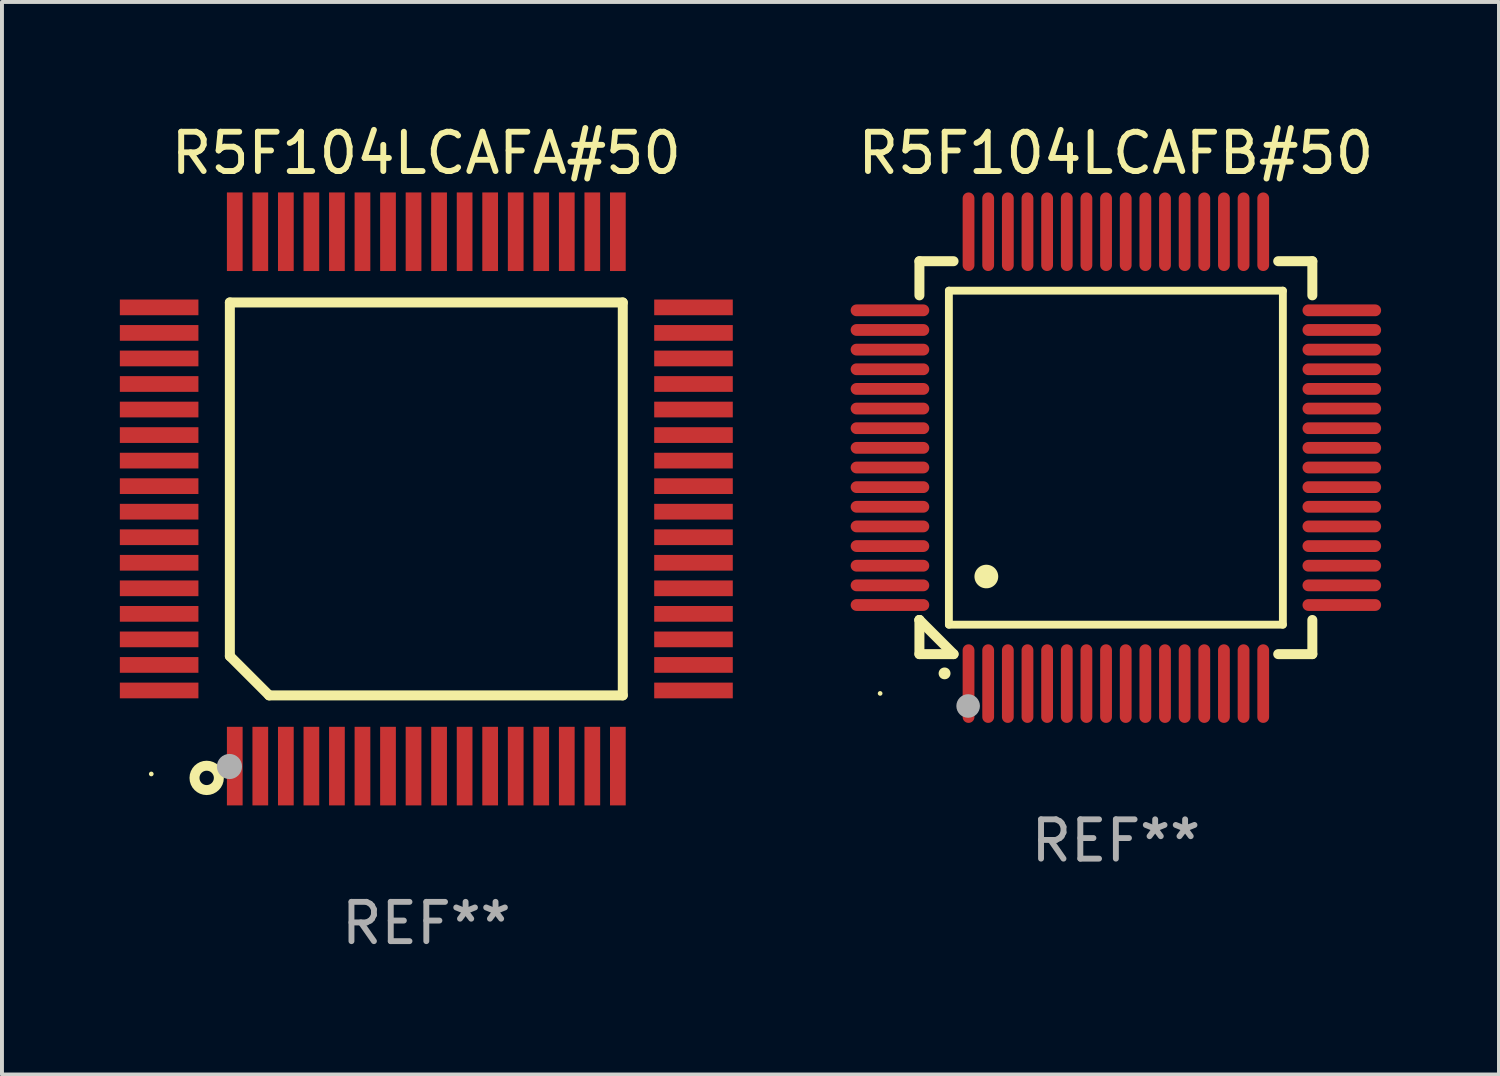
<source format=kicad_pcb>
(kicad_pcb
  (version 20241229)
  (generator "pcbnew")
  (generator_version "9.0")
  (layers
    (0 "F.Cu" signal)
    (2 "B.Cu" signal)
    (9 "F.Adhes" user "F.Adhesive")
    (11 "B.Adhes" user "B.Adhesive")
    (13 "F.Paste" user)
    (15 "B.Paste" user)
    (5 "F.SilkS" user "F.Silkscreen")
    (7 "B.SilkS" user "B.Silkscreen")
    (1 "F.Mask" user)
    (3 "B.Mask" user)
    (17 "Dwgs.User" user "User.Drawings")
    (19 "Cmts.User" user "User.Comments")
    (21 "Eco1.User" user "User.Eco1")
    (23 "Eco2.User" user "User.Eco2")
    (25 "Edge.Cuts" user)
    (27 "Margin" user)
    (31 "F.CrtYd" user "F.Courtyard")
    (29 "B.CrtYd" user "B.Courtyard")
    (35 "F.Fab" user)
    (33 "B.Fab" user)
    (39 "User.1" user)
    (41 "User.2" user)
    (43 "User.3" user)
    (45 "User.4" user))
  (footprint "R5F104LCAFB#50"
    (layer "F.Cu")
    (at 25.35 8.598)
    (property "Reference" "R5F104LCAFB#50" (at 0 -7.75 0) (layer "F.SilkS") (effects (font (size 1 1) (thickness 0.15))))
    (attr through_hole)
    (fp_line (start -5 -5) (end -4.131 -5) (stroke (width 0.254) (type solid)) (layer "F.SilkS"))
    (fp_line (start -5 -4.131) (end -5 -5) (stroke (width 0.254) (type solid)) (layer "F.SilkS"))
    (fp_line (start -5 4.131) (end -5 4.131) (stroke (width 0.254) (type solid)) (layer "F.SilkS"))
    (fp_line (start -5 5) (end -5 4.131) (stroke (width 0.254) (type solid)) (layer "F.SilkS"))
    (fp_line (start -5 4.131) (end -4.131 5) (stroke (width 0.254) (type solid)) (layer "F.SilkS"))
    (fp_line (start -4.25 -4.25) (end -4.25 4.25) (stroke (width 0.2) (type solid)) (layer "F.SilkS"))
    (fp_line (start -4.25 4.25) (end 4.25 4.25) (stroke (width 0.2) (type solid)) (layer "F.SilkS"))
    (fp_line (start -4.131 5) (end -5 5) (stroke (width 0.254) (type solid)) (layer "F.SilkS"))
    (fp_line (start 4.25 -4.25) (end -4.25 -4.25) (stroke (width 0.2) (type solid)) (layer "F.SilkS"))
    (fp_line (start 4.25 4.25) (end 4.25 -4.25) (stroke (width 0.2) (type solid)) (layer "F.SilkS"))
    (fp_line (start 5 -5) (end 4.131 -5) (stroke (width 0.254) (type solid)) (layer "F.SilkS"))
    (fp_line (start 5 -5) (end 5 -4.131) (stroke (width 0.254) (type solid)) (layer "F.SilkS"))
    (fp_line (start 5 4.131) (end 5 5) (stroke (width 0.254) (type solid)) (layer "F.SilkS"))
    (fp_line (start 5 5) (end 4.131 5) (stroke (width 0.254) (type solid)) (layer "F.SilkS"))
    (fp_arc (start -4.361265 5.489992) (mid -4.359995 5.489987) (end -4.358725 5.489992) (stroke (width 0.3) (type solid)) (layer "F.SilkS"))
    (fp_arc (start -3.299467 3.025146) (mid -3.296927 3.025135) (end -3.294387 3.025146) (stroke (width 0.6) (type solid)) (layer "F.SilkS"))
    (fp_circle (center -6 6) (end -5.97 6) (stroke (width 0.06) (type solid)) (fill no) (layer "F.SilkS"))
    (fp_circle (center -3.76 6.32) (end -3.61 6.32) (stroke (width 0.3) (type solid)) (fill no) (layer "F.Fab"))
    (fp_text user "REF**" (at 0 9.75 0) (layer "F.Fab") (effects (font (size 1 1) (thickness 0.15))))
    (pad "1" smd oval (at -3.75 5.75) (size 0.3 2) (layers "F.Cu" "F.Mask" "F.Paste"))
    (pad "2" smd oval (at -3.25 5.75) (size 0.3 2) (layers "F.Cu" "F.Mask" "F.Paste"))
    (pad "3" smd oval (at -2.75 5.75) (size 0.3 2) (layers "F.Cu" "F.Mask" "F.Paste"))
    (pad "4" smd oval (at -2.25 5.75) (size 0.3 2) (layers "F.Cu" "F.Mask" "F.Paste"))
    (pad "5" smd oval (at -1.75 5.75) (size 0.3 2) (layers "F.Cu" "F.Mask" "F.Paste"))
    (pad "6" smd oval (at -1.25 5.75) (size 0.3 2) (layers "F.Cu" "F.Mask" "F.Paste"))
    (pad "7" smd oval (at -0.75 5.75) (size 0.3 2) (layers "F.Cu" "F.Mask" "F.Paste"))
    (pad "8" smd oval (at -0.25 5.75) (size 0.3 2) (layers "F.Cu" "F.Mask" "F.Paste"))
    (pad "9" smd oval (at 0.25 5.75) (size 0.3 2) (layers "F.Cu" "F.Mask" "F.Paste"))
    (pad "10" smd oval (at 0.75 5.75) (size 0.3 2) (layers "F.Cu" "F.Mask" "F.Paste"))
    (pad "11" smd oval (at 1.25 5.75) (size 0.3 2) (layers "F.Cu" "F.Mask" "F.Paste"))
    (pad "12" smd oval (at 1.75 5.75) (size 0.3 2) (layers "F.Cu" "F.Mask" "F.Paste"))
    (pad "13" smd oval (at 2.25 5.75) (size 0.3 2) (layers "F.Cu" "F.Mask" "F.Paste"))
    (pad "14" smd oval (at 2.75 5.75) (size 0.3 2) (layers "F.Cu" "F.Mask" "F.Paste"))
    (pad "15" smd oval (at 3.25 5.75) (size 0.3 2) (layers "F.Cu" "F.Mask" "F.Paste"))
    (pad "16" smd oval (at 3.75 5.75) (size 0.3 2) (layers "F.Cu" "F.Mask" "F.Paste"))
    (pad "17" smd oval (at 5.75 3.75) (size 2 0.3) (layers "F.Cu" "F.Mask" "F.Paste"))
    (pad "18" smd oval (at 5.75 3.25) (size 2 0.3) (layers "F.Cu" "F.Mask" "F.Paste"))
    (pad "19" smd oval (at 5.75 2.75) (size 2 0.3) (layers "F.Cu" "F.Mask" "F.Paste"))
    (pad "20" smd oval (at 5.75 2.25) (size 2 0.3) (layers "F.Cu" "F.Mask" "F.Paste"))
    (pad "21" smd oval (at 5.75 1.75) (size 2 0.3) (layers "F.Cu" "F.Mask" "F.Paste"))
    (pad "22" smd oval (at 5.75 1.25) (size 2 0.3) (layers "F.Cu" "F.Mask" "F.Paste"))
    (pad "23" smd oval (at 5.75 0.75) (size 2 0.3) (layers "F.Cu" "F.Mask" "F.Paste"))
    (pad "24" smd oval (at 5.75 0.25) (size 2 0.3) (layers "F.Cu" "F.Mask" "F.Paste"))
    (pad "25" smd oval (at 5.75 -0.25) (size 2 0.3) (layers "F.Cu" "F.Mask" "F.Paste"))
    (pad "26" smd oval (at 5.75 -0.75) (size 2 0.3) (layers "F.Cu" "F.Mask" "F.Paste"))
    (pad "27" smd oval (at 5.75 -1.25) (size 2 0.3) (layers "F.Cu" "F.Mask" "F.Paste"))
    (pad "28" smd oval (at 5.75 -1.75) (size 2 0.3) (layers "F.Cu" "F.Mask" "F.Paste"))
    (pad "29" smd oval (at 5.75 -2.25) (size 2 0.3) (layers "F.Cu" "F.Mask" "F.Paste"))
    (pad "30" smd oval (at 5.75 -2.75) (size 2 0.3) (layers "F.Cu" "F.Mask" "F.Paste"))
    (pad "31" smd oval (at 5.75 -3.25) (size 2 0.3) (layers "F.Cu" "F.Mask" "F.Paste"))
    (pad "32" smd oval (at 5.75 -3.75) (size 2 0.3) (layers "F.Cu" "F.Mask" "F.Paste"))
    (pad "33" smd oval (at 3.75 -5.75) (size 0.3 2) (layers "F.Cu" "F.Mask" "F.Paste"))
    (pad "34" smd oval (at 3.25 -5.75) (size 0.3 2) (layers "F.Cu" "F.Mask" "F.Paste"))
    (pad "35" smd oval (at 2.75 -5.75) (size 0.3 2) (layers "F.Cu" "F.Mask" "F.Paste"))
    (pad "36" smd oval (at 2.25 -5.75) (size 0.3 2) (layers "F.Cu" "F.Mask" "F.Paste"))
    (pad "37" smd oval (at 1.75 -5.75) (size 0.3 2) (layers "F.Cu" "F.Mask" "F.Paste"))
    (pad "38" smd oval (at 1.25 -5.75) (size 0.3 2) (layers "F.Cu" "F.Mask" "F.Paste"))
    (pad "39" smd oval (at 0.75 -5.75) (size 0.3 2) (layers "F.Cu" "F.Mask" "F.Paste"))
    (pad "40" smd oval (at 0.25 -5.75) (size 0.3 2) (layers "F.Cu" "F.Mask" "F.Paste"))
    (pad "41" smd oval (at -0.25 -5.75) (size 0.3 2) (layers "F.Cu" "F.Mask" "F.Paste"))
    (pad "42" smd oval (at -0.75 -5.75) (size 0.3 2) (layers "F.Cu" "F.Mask" "F.Paste"))
    (pad "43" smd oval (at -1.25 -5.75) (size 0.3 2) (layers "F.Cu" "F.Mask" "F.Paste"))
    (pad "44" smd oval (at -1.75 -5.75) (size 0.3 2) (layers "F.Cu" "F.Mask" "F.Paste"))
    (pad "45" smd oval (at -2.25 -5.75) (size 0.3 2) (layers "F.Cu" "F.Mask" "F.Paste"))
    (pad "46" smd oval (at -2.75 -5.75) (size 0.3 2) (layers "F.Cu" "F.Mask" "F.Paste"))
    (pad "47" smd oval (at -3.25 -5.75) (size 0.3 2) (layers "F.Cu" "F.Mask" "F.Paste"))
    (pad "48" smd oval (at -3.75 -5.75) (size 0.3 2) (layers "F.Cu" "F.Mask" "F.Paste"))
    (pad "49" smd oval (at -5.75 -3.75) (size 2 0.3) (layers "F.Cu" "F.Mask" "F.Paste"))
    (pad "50" smd oval (at -5.75 -3.25) (size 2 0.3) (layers "F.Cu" "F.Mask" "F.Paste"))
    (pad "51" smd oval (at -5.75 -2.75) (size 2 0.3) (layers "F.Cu" "F.Mask" "F.Paste"))
    (pad "52" smd oval (at -5.75 -2.25) (size 2 0.3) (layers "F.Cu" "F.Mask" "F.Paste"))
    (pad "53" smd oval (at -5.75 -1.75) (size 2 0.3) (layers "F.Cu" "F.Mask" "F.Paste"))
    (pad "54" smd oval (at -5.75 -1.25) (size 2 0.3) (layers "F.Cu" "F.Mask" "F.Paste"))
    (pad "55" smd oval (at -5.75 -0.75) (size 2 0.3) (layers "F.Cu" "F.Mask" "F.Paste"))
    (pad "56" smd oval (at -5.75 -0.25) (size 2 0.3) (layers "F.Cu" "F.Mask" "F.Paste"))
    (pad "57" smd oval (at -5.75 0.25) (size 2 0.3) (layers "F.Cu" "F.Mask" "F.Paste"))
    (pad "58" smd oval (at -5.75 0.75) (size 2 0.3) (layers "F.Cu" "F.Mask" "F.Paste"))
    (pad "59" smd oval (at -5.75 1.25) (size 2 0.3) (layers "F.Cu" "F.Mask" "F.Paste"))
    (pad "60" smd oval (at -5.75 1.75) (size 2 0.3) (layers "F.Cu" "F.Mask" "F.Paste"))
    (pad "61" smd oval (at -5.75 2.25) (size 2 0.3) (layers "F.Cu" "F.Mask" "F.Paste"))
    (pad "62" smd oval (at -5.75 2.75) (size 2 0.3) (layers "F.Cu" "F.Mask" "F.Paste"))
    (pad "63" smd oval (at -5.75 3.25) (size 2 0.3) (layers "F.Cu" "F.Mask" "F.Paste"))
    (pad "64" smd oval (at -5.75 3.75) (size 2 0.3) (layers "F.Cu" "F.Mask" "F.Paste")))
  (footprint "R5F104LCAFA#50"
    (layer "F.Cu")
    (at 7.8 9.648)
    (property "Reference" "R5F104LCAFA#50" (at 0 -8.8 0) (layer "F.SilkS") (effects (font (size 1 1) (thickness 0.15))))
    (attr through_hole)
    (fp_line (start -5 -5) (end 5 -5) (stroke (width 0.254) (type solid)) (layer "F.SilkS"))
    (fp_line (start -5 4) (end -5 -5) (stroke (width 0.254) (type solid)) (layer "F.SilkS"))
    (fp_line (start -4 5) (end -5 4) (stroke (width 0.254) (type solid)) (layer "F.SilkS"))
    (fp_line (start 5 -5) (end 5 5) (stroke (width 0.254) (type solid)) (layer "F.SilkS"))
    (fp_line (start 5 5) (end -4 5) (stroke (width 0.254) (type solid)) (layer "F.SilkS"))
    (fp_circle (center -7 7) (end -6.97 7) (stroke (width 0.06) (type solid)) (fill no) (layer "F.SilkS"))
    (fp_circle (center -5.59 7.1) (end -5.28 7.1) (stroke (width 0.254) (type solid)) (fill no) (layer "F.SilkS"))
    (fp_circle (center -5.01 6.81) (end -4.85 6.81) (stroke (width 0.32) (type solid)) (fill no) (layer "F.Fab"))
    (fp_text user "REF**" (at 0 10.8 0) (layer "F.Fab") (effects (font (size 1 1) (thickness 0.15))))
    (pad "1" smd rect (at -4.875 6.8) (size 0.4 2) (layers "F.Cu" "F.Mask" "F.Paste"))
    (pad "2" smd rect (at -4.225 6.8) (size 0.4 2) (layers "F.Cu" "F.Mask" "F.Paste"))
    (pad "3" smd rect (at -3.575 6.8) (size 0.4 2) (layers "F.Cu" "F.Mask" "F.Paste"))
    (pad "4" smd rect (at -2.925 6.8) (size 0.4 2) (layers "F.Cu" "F.Mask" "F.Paste"))
    (pad "5" smd rect (at -2.275 6.8) (size 0.4 2) (layers "F.Cu" "F.Mask" "F.Paste"))
    (pad "6" smd rect (at -1.625 6.8) (size 0.4 2) (layers "F.Cu" "F.Mask" "F.Paste"))
    (pad "7" smd rect (at -0.975 6.8) (size 0.4 2) (layers "F.Cu" "F.Mask" "F.Paste"))
    (pad "8" smd rect (at -0.325 6.8) (size 0.4 2) (layers "F.Cu" "F.Mask" "F.Paste"))
    (pad "9" smd rect (at 0.325 6.8) (size 0.4 2) (layers "F.Cu" "F.Mask" "F.Paste"))
    (pad "10" smd rect (at 0.975 6.8) (size 0.4 2) (layers "F.Cu" "F.Mask" "F.Paste"))
    (pad "11" smd rect (at 1.625 6.8) (size 0.4 2) (layers "F.Cu" "F.Mask" "F.Paste"))
    (pad "12" smd rect (at 2.275 6.8) (size 0.4 2) (layers "F.Cu" "F.Mask" "F.Paste"))
    (pad "13" smd rect (at 2.925 6.8) (size 0.4 2) (layers "F.Cu" "F.Mask" "F.Paste"))
    (pad "14" smd rect (at 3.575 6.8) (size 0.4 2) (layers "F.Cu" "F.Mask" "F.Paste"))
    (pad "15" smd rect (at 4.225 6.8) (size 0.4 2) (layers "F.Cu" "F.Mask" "F.Paste"))
    (pad "16" smd rect (at 4.875 6.8) (size 0.4 2) (layers "F.Cu" "F.Mask" "F.Paste"))
    (pad "17" smd rect (at 6.8 4.875) (size 2 0.4) (layers "F.Cu" "F.Mask" "F.Paste"))
    (pad "18" smd rect (at 6.8 4.225) (size 2 0.4) (layers "F.Cu" "F.Mask" "F.Paste"))
    (pad "19" smd rect (at 6.8 3.575) (size 2 0.4) (layers "F.Cu" "F.Mask" "F.Paste"))
    (pad "20" smd rect (at 6.8 2.925) (size 2 0.4) (layers "F.Cu" "F.Mask" "F.Paste"))
    (pad "21" smd rect (at 6.8 2.275) (size 2 0.4) (layers "F.Cu" "F.Mask" "F.Paste"))
    (pad "22" smd rect (at 6.8 1.625) (size 2 0.4) (layers "F.Cu" "F.Mask" "F.Paste"))
    (pad "23" smd rect (at 6.8 0.975) (size 2 0.4) (layers "F.Cu" "F.Mask" "F.Paste"))
    (pad "24" smd rect (at 6.8 0.325) (size 2 0.4) (layers "F.Cu" "F.Mask" "F.Paste"))
    (pad "25" smd rect (at 6.8 -0.325) (size 2 0.4) (layers "F.Cu" "F.Mask" "F.Paste"))
    (pad "26" smd rect (at 6.8 -0.975) (size 2 0.4) (layers "F.Cu" "F.Mask" "F.Paste"))
    (pad "27" smd rect (at 6.8 -1.625) (size 2 0.4) (layers "F.Cu" "F.Mask" "F.Paste"))
    (pad "28" smd rect (at 6.8 -2.275) (size 2 0.4) (layers "F.Cu" "F.Mask" "F.Paste"))
    (pad "29" smd rect (at 6.8 -2.925) (size 2 0.4) (layers "F.Cu" "F.Mask" "F.Paste"))
    (pad "30" smd rect (at 6.8 -3.575) (size 2 0.4) (layers "F.Cu" "F.Mask" "F.Paste"))
    (pad "31" smd rect (at 6.8 -4.225) (size 2 0.4) (layers "F.Cu" "F.Mask" "F.Paste"))
    (pad "32" smd rect (at 6.8 -4.875) (size 2 0.4) (layers "F.Cu" "F.Mask" "F.Paste"))
    (pad "33" smd rect (at 4.875 -6.8) (size 0.4 2) (layers "F.Cu" "F.Mask" "F.Paste"))
    (pad "34" smd rect (at 4.225 -6.8) (size 0.4 2) (layers "F.Cu" "F.Mask" "F.Paste"))
    (pad "35" smd rect (at 3.575 -6.8) (size 0.4 2) (layers "F.Cu" "F.Mask" "F.Paste"))
    (pad "36" smd rect (at 2.925 -6.8) (size 0.4 2) (layers "F.Cu" "F.Mask" "F.Paste"))
    (pad "37" smd rect (at 2.275 -6.8) (size 0.4 2) (layers "F.Cu" "F.Mask" "F.Paste"))
    (pad "38" smd rect (at 1.625 -6.8) (size 0.4 2) (layers "F.Cu" "F.Mask" "F.Paste"))
    (pad "39" smd rect (at 0.975 -6.8) (size 0.4 2) (layers "F.Cu" "F.Mask" "F.Paste"))
    (pad "40" smd rect (at 0.325 -6.8) (size 0.4 2) (layers "F.Cu" "F.Mask" "F.Paste"))
    (pad "41" smd rect (at -0.325 -6.8) (size 0.4 2) (layers "F.Cu" "F.Mask" "F.Paste"))
    (pad "42" smd rect (at -0.975 -6.8) (size 0.4 2) (layers "F.Cu" "F.Mask" "F.Paste"))
    (pad "43" smd rect (at -1.625 -6.8) (size 0.4 2) (layers "F.Cu" "F.Mask" "F.Paste"))
    (pad "44" smd rect (at -2.275 -6.8) (size 0.4 2) (layers "F.Cu" "F.Mask" "F.Paste"))
    (pad "45" smd rect (at -2.925 -6.8) (size 0.4 2) (layers "F.Cu" "F.Mask" "F.Paste"))
    (pad "46" smd rect (at -3.575 -6.8) (size 0.4 2) (layers "F.Cu" "F.Mask" "F.Paste"))
    (pad "47" smd rect (at -4.225 -6.8) (size 0.4 2) (layers "F.Cu" "F.Mask" "F.Paste"))
    (pad "48" smd rect (at -4.875 -6.8) (size 0.4 2) (layers "F.Cu" "F.Mask" "F.Paste"))
    (pad "49" smd rect (at -6.8 -4.875) (size 2 0.4) (layers "F.Cu" "F.Mask" "F.Paste"))
    (pad "50" smd rect (at -6.8 -4.225) (size 2 0.4) (layers "F.Cu" "F.Mask" "F.Paste"))
    (pad "51" smd rect (at -6.8 -3.575) (size 2 0.4) (layers "F.Cu" "F.Mask" "F.Paste"))
    (pad "52" smd rect (at -6.8 -2.925) (size 2 0.4) (layers "F.Cu" "F.Mask" "F.Paste"))
    (pad "53" smd rect (at -6.8 -2.275) (size 2 0.4) (layers "F.Cu" "F.Mask" "F.Paste"))
    (pad "54" smd rect (at -6.8 -1.625) (size 2 0.4) (layers "F.Cu" "F.Mask" "F.Paste"))
    (pad "55" smd rect (at -6.8 -0.975) (size 2 0.4) (layers "F.Cu" "F.Mask" "F.Paste"))
    (pad "56" smd rect (at -6.8 -0.325) (size 2 0.4) (layers "F.Cu" "F.Mask" "F.Paste"))
    (pad "57" smd rect (at -6.8 0.325) (size 2 0.4) (layers "F.Cu" "F.Mask" "F.Paste"))
    (pad "58" smd rect (at -6.8 0.975) (size 2 0.4) (layers "F.Cu" "F.Mask" "F.Paste"))
    (pad "59" smd rect (at -6.8 1.625) (size 2 0.4) (layers "F.Cu" "F.Mask" "F.Paste"))
    (pad "60" smd rect (at -6.8 2.275) (size 2 0.4) (layers "F.Cu" "F.Mask" "F.Paste"))
    (pad "61" smd rect (at -6.8 2.925) (size 2 0.4) (layers "F.Cu" "F.Mask" "F.Paste"))
    (pad "62" smd rect (at -6.8 3.575) (size 2 0.4) (layers "F.Cu" "F.Mask" "F.Paste"))
    (pad "63" smd rect (at -6.8 4.225) (size 2 0.4) (layers "F.Cu" "F.Mask" "F.Paste"))
    (pad "64" smd rect (at -6.8 4.875) (size 2 0.4) (layers "F.Cu" "F.Mask" "F.Paste")))
  (gr_rect
    (start -3 -3)
    (end 35.1 24.297)
    (stroke (width 0.1) (type default))
    (fill no)
    (layer "Edge.Cuts")))
</source>
